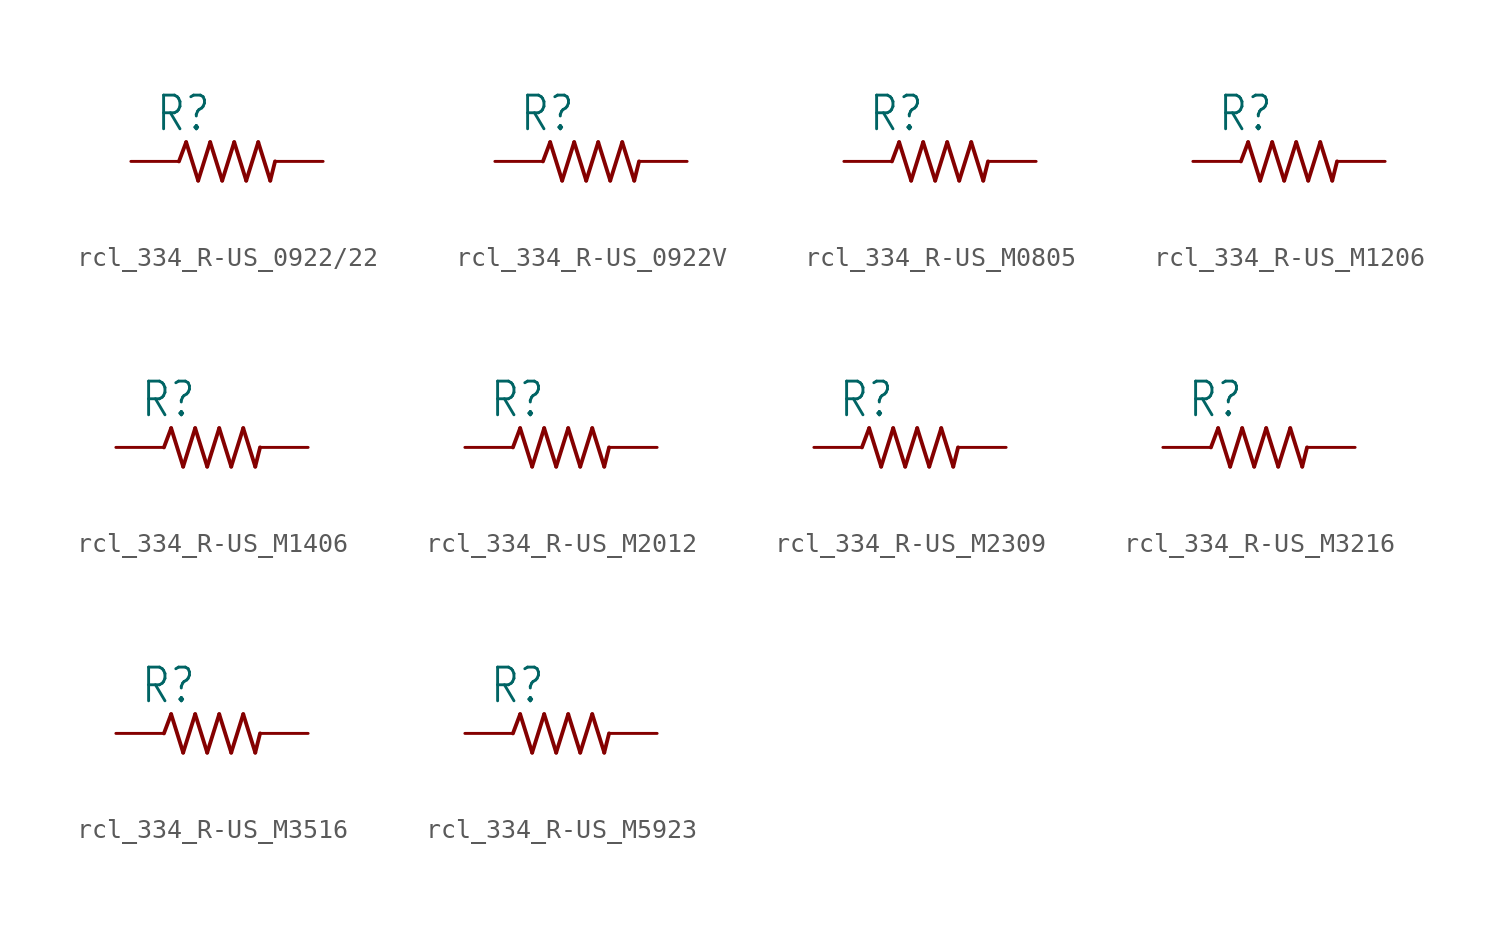
<source format=kicad_sym>
(kicad_symbol_lib
  (version 20241209)
  (generator "kicad_symbol_editor")
  (generator_version "9.0")
  (symbol "rcl_334_R-US_0922/22"
    (property "Reference" "R"
      (at -3.81 1.499 0)
      (effects (font (size 1.778 1.511)) (justify left bottom)))
    (property "Value" ""
      (at -3.81 -3.302 0)
      (effects (font (size 1.778 1.511)) (justify left bottom)))
    (property "ki_locked" ""
      (at 0 0 0)
      (effects (font (size 1.27 1.27))))
    (symbol "rcl_334_R-US_0922/22_1_0"
      (polyline (pts (xy -2.54 0) (xy -2.159 1.016)) (stroke (width 0.203) (type solid)) (fill (type none)))
      (polyline (pts (xy -2.159 1.016) (xy -1.524 -1.016)) (stroke (width 0.203) (type solid)) (fill (type none)))
      (polyline (pts (xy -1.524 -1.016) (xy -0.889 1.016)) (stroke (width 0.203) (type solid)) (fill (type none)))
      (polyline (pts (xy -0.889 1.016) (xy -0.254 -1.016)) (stroke (width 0.203) (type solid)) (fill (type none)))
      (polyline (pts (xy -0.254 -1.016) (xy 0.381 1.016)) (stroke (width 0.203) (type solid)) (fill (type none)))
      (polyline (pts (xy 0.381 1.016) (xy 1.016 -1.016)) (stroke (width 0.203) (type solid)) (fill (type none)))
      (polyline (pts (xy 1.016 -1.016) (xy 1.651 1.016)) (stroke (width 0.203) (type solid)) (fill (type none)))
      (polyline (pts (xy 1.651 1.016) (xy 2.286 -1.016)) (stroke (width 0.203) (type solid)) (fill (type none)))
      (polyline (pts (xy 2.286 -1.016) (xy 2.54 0)) (stroke (width 0.203) (type solid)) (fill (type none)))
      (pin passive line (at -5.08 0 0) (length 2.54) (name "1" (effects (font (size 0 0)))) (number "1" (effects (font (size 0 0)))))
      (pin passive line (at 5.08 0 180) (length 2.54) (name "2" (effects (font (size 0 0)))) (number "2" (effects (font (size 0 0)))))))
  (symbol "rcl_334_R-US_0922V"
    (property "Reference" "R"
      (at -3.81 1.499 0)
      (effects (font (size 1.778 1.511)) (justify left bottom)))
    (property "Value" ""
      (at -3.81 -3.302 0)
      (effects (font (size 1.778 1.511)) (justify left bottom)))
    (property "ki_locked" ""
      (at 0 0 0)
      (effects (font (size 1.27 1.27))))
    (symbol "rcl_334_R-US_0922V_1_0"
      (polyline (pts (xy -2.54 0) (xy -2.159 1.016)) (stroke (width 0.203) (type solid)) (fill (type none)))
      (polyline (pts (xy -2.159 1.016) (xy -1.524 -1.016)) (stroke (width 0.203) (type solid)) (fill (type none)))
      (polyline (pts (xy -1.524 -1.016) (xy -0.889 1.016)) (stroke (width 0.203) (type solid)) (fill (type none)))
      (polyline (pts (xy -0.889 1.016) (xy -0.254 -1.016)) (stroke (width 0.203) (type solid)) (fill (type none)))
      (polyline (pts (xy -0.254 -1.016) (xy 0.381 1.016)) (stroke (width 0.203) (type solid)) (fill (type none)))
      (polyline (pts (xy 0.381 1.016) (xy 1.016 -1.016)) (stroke (width 0.203) (type solid)) (fill (type none)))
      (polyline (pts (xy 1.016 -1.016) (xy 1.651 1.016)) (stroke (width 0.203) (type solid)) (fill (type none)))
      (polyline (pts (xy 1.651 1.016) (xy 2.286 -1.016)) (stroke (width 0.203) (type solid)) (fill (type none)))
      (polyline (pts (xy 2.286 -1.016) (xy 2.54 0)) (stroke (width 0.203) (type solid)) (fill (type none)))
      (pin passive line (at -5.08 0 0) (length 2.54) (name "1" (effects (font (size 0 0)))) (number "1" (effects (font (size 0 0)))))
      (pin passive line (at 5.08 0 180) (length 2.54) (name "2" (effects (font (size 0 0)))) (number "2" (effects (font (size 0 0)))))))
  (symbol "rcl_334_R-US_M0805"
    (property "Reference" "R"
      (at -3.81 1.499 0)
      (effects (font (size 1.778 1.511)) (justify left bottom)))
    (property "Value" ""
      (at -3.81 -3.302 0)
      (effects (font (size 1.778 1.511)) (justify left bottom)))
    (property "ki_locked" ""
      (at 0 0 0)
      (effects (font (size 1.27 1.27))))
    (symbol "rcl_334_R-US_M0805_1_0"
      (polyline (pts (xy -2.54 0) (xy -2.159 1.016)) (stroke (width 0.203) (type solid)) (fill (type none)))
      (polyline (pts (xy -2.159 1.016) (xy -1.524 -1.016)) (stroke (width 0.203) (type solid)) (fill (type none)))
      (polyline (pts (xy -1.524 -1.016) (xy -0.889 1.016)) (stroke (width 0.203) (type solid)) (fill (type none)))
      (polyline (pts (xy -0.889 1.016) (xy -0.254 -1.016)) (stroke (width 0.203) (type solid)) (fill (type none)))
      (polyline (pts (xy -0.254 -1.016) (xy 0.381 1.016)) (stroke (width 0.203) (type solid)) (fill (type none)))
      (polyline (pts (xy 0.381 1.016) (xy 1.016 -1.016)) (stroke (width 0.203) (type solid)) (fill (type none)))
      (polyline (pts (xy 1.016 -1.016) (xy 1.651 1.016)) (stroke (width 0.203) (type solid)) (fill (type none)))
      (polyline (pts (xy 1.651 1.016) (xy 2.286 -1.016)) (stroke (width 0.203) (type solid)) (fill (type none)))
      (polyline (pts (xy 2.286 -1.016) (xy 2.54 0)) (stroke (width 0.203) (type solid)) (fill (type none)))
      (pin passive line (at -5.08 0 0) (length 2.54) (name "1" (effects (font (size 0 0)))) (number "1" (effects (font (size 0 0)))))
      (pin passive line (at 5.08 0 180) (length 2.54) (name "2" (effects (font (size 0 0)))) (number "2" (effects (font (size 0 0)))))))
  (symbol "rcl_334_R-US_M1206"
    (property "Reference" "R"
      (at -3.81 1.499 0)
      (effects (font (size 1.778 1.511)) (justify left bottom)))
    (property "Value" ""
      (at -3.81 -3.302 0)
      (effects (font (size 1.778 1.511)) (justify left bottom)))
    (property "ki_locked" ""
      (at 0 0 0)
      (effects (font (size 1.27 1.27))))
    (symbol "rcl_334_R-US_M1206_1_0"
      (polyline (pts (xy -2.54 0) (xy -2.159 1.016)) (stroke (width 0.203) (type solid)) (fill (type none)))
      (polyline (pts (xy -2.159 1.016) (xy -1.524 -1.016)) (stroke (width 0.203) (type solid)) (fill (type none)))
      (polyline (pts (xy -1.524 -1.016) (xy -0.889 1.016)) (stroke (width 0.203) (type solid)) (fill (type none)))
      (polyline (pts (xy -0.889 1.016) (xy -0.254 -1.016)) (stroke (width 0.203) (type solid)) (fill (type none)))
      (polyline (pts (xy -0.254 -1.016) (xy 0.381 1.016)) (stroke (width 0.203) (type solid)) (fill (type none)))
      (polyline (pts (xy 0.381 1.016) (xy 1.016 -1.016)) (stroke (width 0.203) (type solid)) (fill (type none)))
      (polyline (pts (xy 1.016 -1.016) (xy 1.651 1.016)) (stroke (width 0.203) (type solid)) (fill (type none)))
      (polyline (pts (xy 1.651 1.016) (xy 2.286 -1.016)) (stroke (width 0.203) (type solid)) (fill (type none)))
      (polyline (pts (xy 2.286 -1.016) (xy 2.54 0)) (stroke (width 0.203) (type solid)) (fill (type none)))
      (pin passive line (at -5.08 0 0) (length 2.54) (name "1" (effects (font (size 0 0)))) (number "1" (effects (font (size 0 0)))))
      (pin passive line (at 5.08 0 180) (length 2.54) (name "2" (effects (font (size 0 0)))) (number "2" (effects (font (size 0 0)))))))
  (symbol "rcl_334_R-US_M1406"
    (property "Reference" "R"
      (at -3.81 1.499 0)
      (effects (font (size 1.778 1.511)) (justify left bottom)))
    (property "Value" ""
      (at -3.81 -3.302 0)
      (effects (font (size 1.778 1.511)) (justify left bottom)))
    (property "ki_locked" ""
      (at 0 0 0)
      (effects (font (size 1.27 1.27))))
    (symbol "rcl_334_R-US_M1406_1_0"
      (polyline (pts (xy -2.54 0) (xy -2.159 1.016)) (stroke (width 0.203) (type solid)) (fill (type none)))
      (polyline (pts (xy -2.159 1.016) (xy -1.524 -1.016)) (stroke (width 0.203) (type solid)) (fill (type none)))
      (polyline (pts (xy -1.524 -1.016) (xy -0.889 1.016)) (stroke (width 0.203) (type solid)) (fill (type none)))
      (polyline (pts (xy -0.889 1.016) (xy -0.254 -1.016)) (stroke (width 0.203) (type solid)) (fill (type none)))
      (polyline (pts (xy -0.254 -1.016) (xy 0.381 1.016)) (stroke (width 0.203) (type solid)) (fill (type none)))
      (polyline (pts (xy 0.381 1.016) (xy 1.016 -1.016)) (stroke (width 0.203) (type solid)) (fill (type none)))
      (polyline (pts (xy 1.016 -1.016) (xy 1.651 1.016)) (stroke (width 0.203) (type solid)) (fill (type none)))
      (polyline (pts (xy 1.651 1.016) (xy 2.286 -1.016)) (stroke (width 0.203) (type solid)) (fill (type none)))
      (polyline (pts (xy 2.286 -1.016) (xy 2.54 0)) (stroke (width 0.203) (type solid)) (fill (type none)))
      (pin passive line (at -5.08 0 0) (length 2.54) (name "1" (effects (font (size 0 0)))) (number "1" (effects (font (size 0 0)))))
      (pin passive line (at 5.08 0 180) (length 2.54) (name "2" (effects (font (size 0 0)))) (number "2" (effects (font (size 0 0)))))))
  (symbol "rcl_334_R-US_M2012"
    (property "Reference" "R"
      (at -3.81 1.499 0)
      (effects (font (size 1.778 1.511)) (justify left bottom)))
    (property "Value" ""
      (at -3.81 -3.302 0)
      (effects (font (size 1.778 1.511)) (justify left bottom)))
    (property "ki_locked" ""
      (at 0 0 0)
      (effects (font (size 1.27 1.27))))
    (symbol "rcl_334_R-US_M2012_1_0"
      (polyline (pts (xy -2.54 0) (xy -2.159 1.016)) (stroke (width 0.203) (type solid)) (fill (type none)))
      (polyline (pts (xy -2.159 1.016) (xy -1.524 -1.016)) (stroke (width 0.203) (type solid)) (fill (type none)))
      (polyline (pts (xy -1.524 -1.016) (xy -0.889 1.016)) (stroke (width 0.203) (type solid)) (fill (type none)))
      (polyline (pts (xy -0.889 1.016) (xy -0.254 -1.016)) (stroke (width 0.203) (type solid)) (fill (type none)))
      (polyline (pts (xy -0.254 -1.016) (xy 0.381 1.016)) (stroke (width 0.203) (type solid)) (fill (type none)))
      (polyline (pts (xy 0.381 1.016) (xy 1.016 -1.016)) (stroke (width 0.203) (type solid)) (fill (type none)))
      (polyline (pts (xy 1.016 -1.016) (xy 1.651 1.016)) (stroke (width 0.203) (type solid)) (fill (type none)))
      (polyline (pts (xy 1.651 1.016) (xy 2.286 -1.016)) (stroke (width 0.203) (type solid)) (fill (type none)))
      (polyline (pts (xy 2.286 -1.016) (xy 2.54 0)) (stroke (width 0.203) (type solid)) (fill (type none)))
      (pin passive line (at -5.08 0 0) (length 2.54) (name "1" (effects (font (size 0 0)))) (number "1" (effects (font (size 0 0)))))
      (pin passive line (at 5.08 0 180) (length 2.54) (name "2" (effects (font (size 0 0)))) (number "2" (effects (font (size 0 0)))))))
  (symbol "rcl_334_R-US_M2309"
    (property "Reference" "R"
      (at -3.81 1.499 0)
      (effects (font (size 1.778 1.511)) (justify left bottom)))
    (property "Value" ""
      (at -3.81 -3.302 0)
      (effects (font (size 1.778 1.511)) (justify left bottom)))
    (property "ki_locked" ""
      (at 0 0 0)
      (effects (font (size 1.27 1.27))))
    (symbol "rcl_334_R-US_M2309_1_0"
      (polyline (pts (xy -2.54 0) (xy -2.159 1.016)) (stroke (width 0.203) (type solid)) (fill (type none)))
      (polyline (pts (xy -2.159 1.016) (xy -1.524 -1.016)) (stroke (width 0.203) (type solid)) (fill (type none)))
      (polyline (pts (xy -1.524 -1.016) (xy -0.889 1.016)) (stroke (width 0.203) (type solid)) (fill (type none)))
      (polyline (pts (xy -0.889 1.016) (xy -0.254 -1.016)) (stroke (width 0.203) (type solid)) (fill (type none)))
      (polyline (pts (xy -0.254 -1.016) (xy 0.381 1.016)) (stroke (width 0.203) (type solid)) (fill (type none)))
      (polyline (pts (xy 0.381 1.016) (xy 1.016 -1.016)) (stroke (width 0.203) (type solid)) (fill (type none)))
      (polyline (pts (xy 1.016 -1.016) (xy 1.651 1.016)) (stroke (width 0.203) (type solid)) (fill (type none)))
      (polyline (pts (xy 1.651 1.016) (xy 2.286 -1.016)) (stroke (width 0.203) (type solid)) (fill (type none)))
      (polyline (pts (xy 2.286 -1.016) (xy 2.54 0)) (stroke (width 0.203) (type solid)) (fill (type none)))
      (pin passive line (at -5.08 0 0) (length 2.54) (name "1" (effects (font (size 0 0)))) (number "1" (effects (font (size 0 0)))))
      (pin passive line (at 5.08 0 180) (length 2.54) (name "2" (effects (font (size 0 0)))) (number "2" (effects (font (size 0 0)))))))
  (symbol "rcl_334_R-US_M3216"
    (property "Reference" "R"
      (at -3.81 1.499 0)
      (effects (font (size 1.778 1.511)) (justify left bottom)))
    (property "Value" ""
      (at -3.81 -3.302 0)
      (effects (font (size 1.778 1.511)) (justify left bottom)))
    (property "ki_locked" ""
      (at 0 0 0)
      (effects (font (size 1.27 1.27))))
    (symbol "rcl_334_R-US_M3216_1_0"
      (polyline (pts (xy -2.54 0) (xy -2.159 1.016)) (stroke (width 0.203) (type solid)) (fill (type none)))
      (polyline (pts (xy -2.159 1.016) (xy -1.524 -1.016)) (stroke (width 0.203) (type solid)) (fill (type none)))
      (polyline (pts (xy -1.524 -1.016) (xy -0.889 1.016)) (stroke (width 0.203) (type solid)) (fill (type none)))
      (polyline (pts (xy -0.889 1.016) (xy -0.254 -1.016)) (stroke (width 0.203) (type solid)) (fill (type none)))
      (polyline (pts (xy -0.254 -1.016) (xy 0.381 1.016)) (stroke (width 0.203) (type solid)) (fill (type none)))
      (polyline (pts (xy 0.381 1.016) (xy 1.016 -1.016)) (stroke (width 0.203) (type solid)) (fill (type none)))
      (polyline (pts (xy 1.016 -1.016) (xy 1.651 1.016)) (stroke (width 0.203) (type solid)) (fill (type none)))
      (polyline (pts (xy 1.651 1.016) (xy 2.286 -1.016)) (stroke (width 0.203) (type solid)) (fill (type none)))
      (polyline (pts (xy 2.286 -1.016) (xy 2.54 0)) (stroke (width 0.203) (type solid)) (fill (type none)))
      (pin passive line (at -5.08 0 0) (length 2.54) (name "1" (effects (font (size 0 0)))) (number "1" (effects (font (size 0 0)))))
      (pin passive line (at 5.08 0 180) (length 2.54) (name "2" (effects (font (size 0 0)))) (number "2" (effects (font (size 0 0)))))))
  (symbol "rcl_334_R-US_M3516"
    (property "Reference" "R"
      (at -3.81 1.499 0)
      (effects (font (size 1.778 1.511)) (justify left bottom)))
    (property "Value" ""
      (at -3.81 -3.302 0)
      (effects (font (size 1.778 1.511)) (justify left bottom)))
    (property "ki_locked" ""
      (at 0 0 0)
      (effects (font (size 1.27 1.27))))
    (symbol "rcl_334_R-US_M3516_1_0"
      (polyline (pts (xy -2.54 0) (xy -2.159 1.016)) (stroke (width 0.203) (type solid)) (fill (type none)))
      (polyline (pts (xy -2.159 1.016) (xy -1.524 -1.016)) (stroke (width 0.203) (type solid)) (fill (type none)))
      (polyline (pts (xy -1.524 -1.016) (xy -0.889 1.016)) (stroke (width 0.203) (type solid)) (fill (type none)))
      (polyline (pts (xy -0.889 1.016) (xy -0.254 -1.016)) (stroke (width 0.203) (type solid)) (fill (type none)))
      (polyline (pts (xy -0.254 -1.016) (xy 0.381 1.016)) (stroke (width 0.203) (type solid)) (fill (type none)))
      (polyline (pts (xy 0.381 1.016) (xy 1.016 -1.016)) (stroke (width 0.203) (type solid)) (fill (type none)))
      (polyline (pts (xy 1.016 -1.016) (xy 1.651 1.016)) (stroke (width 0.203) (type solid)) (fill (type none)))
      (polyline (pts (xy 1.651 1.016) (xy 2.286 -1.016)) (stroke (width 0.203) (type solid)) (fill (type none)))
      (polyline (pts (xy 2.286 -1.016) (xy 2.54 0)) (stroke (width 0.203) (type solid)) (fill (type none)))
      (pin passive line (at -5.08 0 0) (length 2.54) (name "1" (effects (font (size 0 0)))) (number "1" (effects (font (size 0 0)))))
      (pin passive line (at 5.08 0 180) (length 2.54) (name "2" (effects (font (size 0 0)))) (number "2" (effects (font (size 0 0)))))))
  (symbol "rcl_334_R-US_M5923"
    (property "Reference" "R"
      (at -3.81 1.499 0)
      (effects (font (size 1.778 1.511)) (justify left bottom)))
    (property "Value" ""
      (at -3.81 -3.302 0)
      (effects (font (size 1.778 1.511)) (justify left bottom)))
    (property "ki_locked" ""
      (at 0 0 0)
      (effects (font (size 1.27 1.27))))
    (symbol "rcl_334_R-US_M5923_1_0"
      (polyline (pts (xy -2.54 0) (xy -2.159 1.016)) (stroke (width 0.203) (type solid)) (fill (type none)))
      (polyline (pts (xy -2.159 1.016) (xy -1.524 -1.016)) (stroke (width 0.203) (type solid)) (fill (type none)))
      (polyline (pts (xy -1.524 -1.016) (xy -0.889 1.016)) (stroke (width 0.203) (type solid)) (fill (type none)))
      (polyline (pts (xy -0.889 1.016) (xy -0.254 -1.016)) (stroke (width 0.203) (type solid)) (fill (type none)))
      (polyline (pts (xy -0.254 -1.016) (xy 0.381 1.016)) (stroke (width 0.203) (type solid)) (fill (type none)))
      (polyline (pts (xy 0.381 1.016) (xy 1.016 -1.016)) (stroke (width 0.203) (type solid)) (fill (type none)))
      (polyline (pts (xy 1.016 -1.016) (xy 1.651 1.016)) (stroke (width 0.203) (type solid)) (fill (type none)))
      (polyline (pts (xy 1.651 1.016) (xy 2.286 -1.016)) (stroke (width 0.203) (type solid)) (fill (type none)))
      (polyline (pts (xy 2.286 -1.016) (xy 2.54 0)) (stroke (width 0.203) (type solid)) (fill (type none)))
      (pin passive line (at -5.08 0 0) (length 2.54) (name "1" (effects (font (size 0 0)))) (number "1" (effects (font (size 0 0)))))
      (pin passive line (at 5.08 0 180) (length 2.54) (name "2" (effects (font (size 0 0)))) (number "2" (effects (font (size 0 0))))))))
</source>
